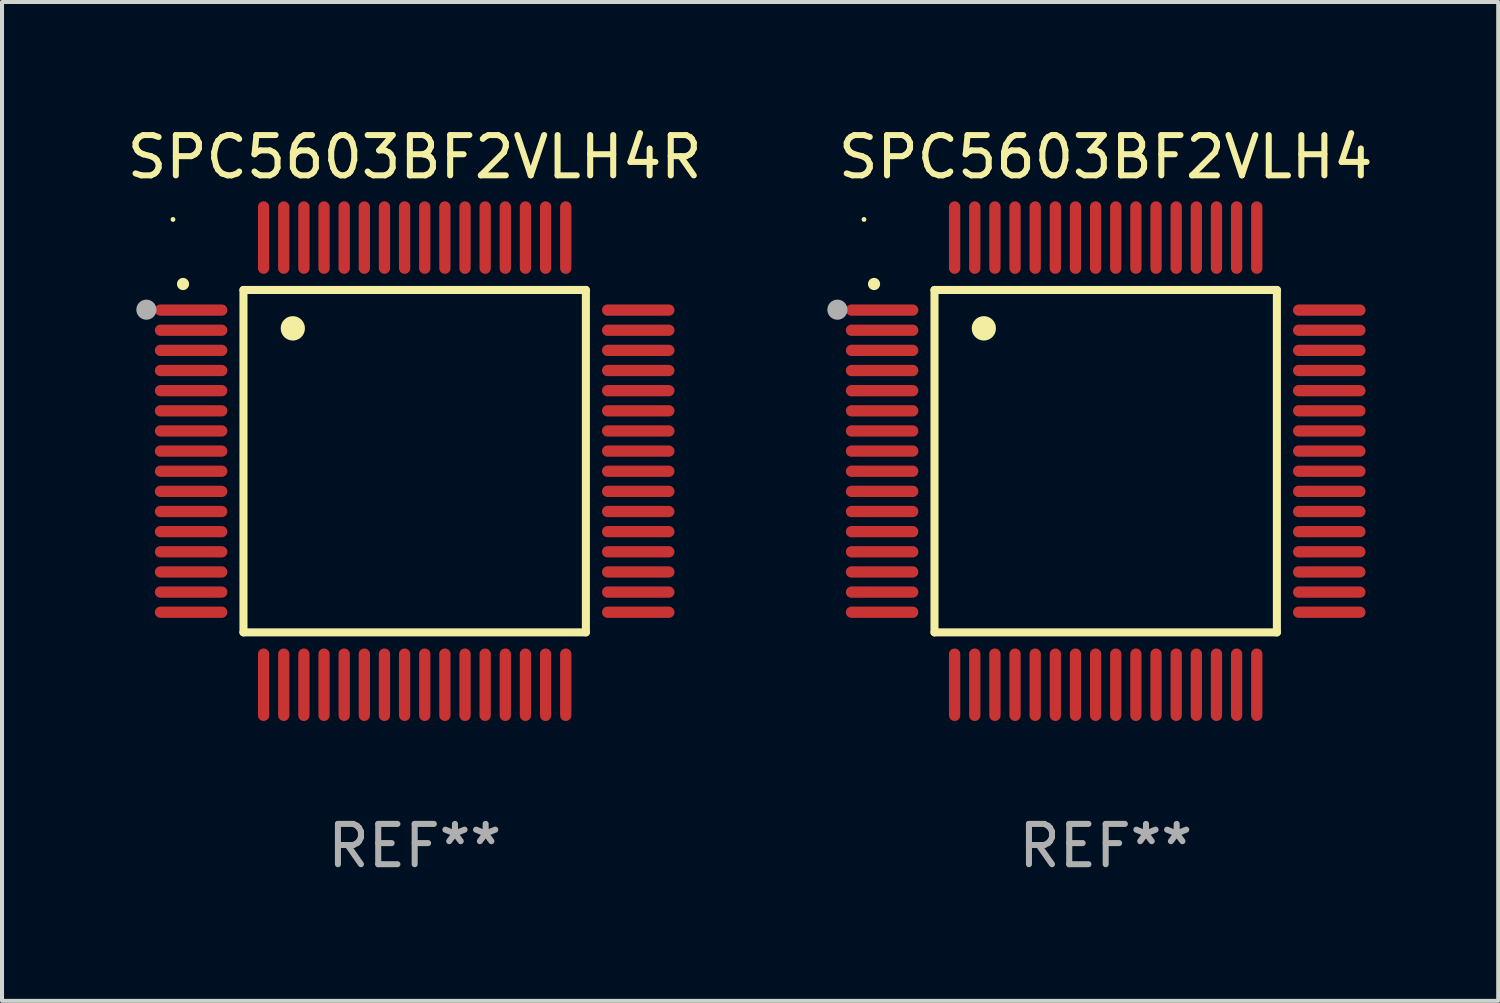
<source format=kicad_pcb>
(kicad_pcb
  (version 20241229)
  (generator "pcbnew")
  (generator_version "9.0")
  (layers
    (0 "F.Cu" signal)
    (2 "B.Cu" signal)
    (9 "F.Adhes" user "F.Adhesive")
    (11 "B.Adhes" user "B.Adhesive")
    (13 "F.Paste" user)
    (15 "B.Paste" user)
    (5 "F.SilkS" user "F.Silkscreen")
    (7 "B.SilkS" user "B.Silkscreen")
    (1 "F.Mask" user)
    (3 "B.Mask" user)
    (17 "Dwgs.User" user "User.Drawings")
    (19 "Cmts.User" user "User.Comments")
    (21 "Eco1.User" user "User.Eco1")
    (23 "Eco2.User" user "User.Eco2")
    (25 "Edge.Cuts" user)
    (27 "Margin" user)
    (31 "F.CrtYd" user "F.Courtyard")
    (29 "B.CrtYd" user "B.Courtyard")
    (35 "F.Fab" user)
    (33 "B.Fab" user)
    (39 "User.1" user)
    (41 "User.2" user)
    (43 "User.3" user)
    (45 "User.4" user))
  (footprint "SPC5603BF2VLH4R"
    (layer "F.Cu")
    (at 7.244 8.398)
    (property "Reference" "SPC5603BF2VLH4R" (at 0 -7.55 0) (layer "F.SilkS") (effects (font (size 1 1) (thickness 0.15))))
    (attr through_hole)
    (fp_line (start -4.25 -4.25) (end -4.25 4.25) (stroke (width 0.2) (type solid)) (layer "F.SilkS"))
    (fp_line (start -4.25 4.25) (end 4.25 4.25) (stroke (width 0.2) (type solid)) (layer "F.SilkS"))
    (fp_line (start 4.25 -4.25) (end -4.25 -4.25) (stroke (width 0.2) (type solid)) (layer "F.SilkS"))
    (fp_line (start 4.25 4.25) (end 4.25 -4.25) (stroke (width 0.2) (type solid)) (layer "F.SilkS"))
    (fp_arc (start -5.750572 -4.396749) (mid -5.750577 -4.398019) (end -5.750572 -4.399289) (stroke (width 0.3) (type solid)) (layer "F.SilkS"))
    (fp_arc (start -3.025146 -3.294387) (mid -3.025157 -3.296927) (end -3.025146 -3.299467) (stroke (width 0.6) (type solid)) (layer "F.SilkS"))
    (fp_circle (center -6 -6) (end -5.97 -6) (stroke (width 0.06) (type solid)) (fill no) (layer "F.SilkS"))
    (fp_circle (center -6.66 -3.76) (end -6.535 -3.76) (stroke (width 0.25) (type solid)) (fill no) (layer "F.Fab"))
    (fp_text user "REF**" (at 0 9.55 0) (layer "F.Fab") (effects (font (size 1 1) (thickness 0.15))))
    (pad "1" smd oval (at -5.55 -3.75) (size 1.8 0.28) (layers "F.Cu" "F.Mask" "F.Paste"))
    (pad "2" smd oval (at -5.55 -3.25) (size 1.8 0.28) (layers "F.Cu" "F.Mask" "F.Paste"))
    (pad "3" smd oval (at -5.55 -2.75) (size 1.8 0.28) (layers "F.Cu" "F.Mask" "F.Paste"))
    (pad "4" smd oval (at -5.55 -2.25) (size 1.8 0.28) (layers "F.Cu" "F.Mask" "F.Paste"))
    (pad "5" smd oval (at -5.55 -1.75) (size 1.8 0.28) (layers "F.Cu" "F.Mask" "F.Paste"))
    (pad "6" smd oval (at -5.55 -1.25) (size 1.8 0.28) (layers "F.Cu" "F.Mask" "F.Paste"))
    (pad "7" smd oval (at -5.55 -0.75) (size 1.8 0.28) (layers "F.Cu" "F.Mask" "F.Paste"))
    (pad "8" smd oval (at -5.55 -0.25) (size 1.8 0.28) (layers "F.Cu" "F.Mask" "F.Paste"))
    (pad "9" smd oval (at -5.55 0.25) (size 1.8 0.28) (layers "F.Cu" "F.Mask" "F.Paste"))
    (pad "10" smd oval (at -5.55 0.75) (size 1.8 0.28) (layers "F.Cu" "F.Mask" "F.Paste"))
    (pad "11" smd oval (at -5.55 1.25) (size 1.8 0.28) (layers "F.Cu" "F.Mask" "F.Paste"))
    (pad "12" smd oval (at -5.55 1.75) (size 1.8 0.28) (layers "F.Cu" "F.Mask" "F.Paste"))
    (pad "13" smd oval (at -5.55 2.25) (size 1.8 0.28) (layers "F.Cu" "F.Mask" "F.Paste"))
    (pad "14" smd oval (at -5.55 2.75) (size 1.8 0.28) (layers "F.Cu" "F.Mask" "F.Paste"))
    (pad "15" smd oval (at -5.55 3.25) (size 1.8 0.28) (layers "F.Cu" "F.Mask" "F.Paste"))
    (pad "16" smd oval (at -5.55 3.75) (size 1.8 0.28) (layers "F.Cu" "F.Mask" "F.Paste"))
    (pad "17" smd oval (at -3.75 5.55) (size 0.28 1.8) (layers "F.Cu" "F.Mask" "F.Paste"))
    (pad "18" smd oval (at -3.25 5.55) (size 0.28 1.8) (layers "F.Cu" "F.Mask" "F.Paste"))
    (pad "19" smd oval (at -2.75 5.55) (size 0.28 1.8) (layers "F.Cu" "F.Mask" "F.Paste"))
    (pad "20" smd oval (at -2.25 5.55) (size 0.28 1.8) (layers "F.Cu" "F.Mask" "F.Paste"))
    (pad "21" smd oval (at -1.75 5.55) (size 0.28 1.8) (layers "F.Cu" "F.Mask" "F.Paste"))
    (pad "22" smd oval (at -1.25 5.55) (size 0.28 1.8) (layers "F.Cu" "F.Mask" "F.Paste"))
    (pad "23" smd oval (at -0.75 5.55) (size 0.28 1.8) (layers "F.Cu" "F.Mask" "F.Paste"))
    (pad "24" smd oval (at -0.25 5.55) (size 0.28 1.8) (layers "F.Cu" "F.Mask" "F.Paste"))
    (pad "25" smd oval (at 0.25 5.55) (size 0.28 1.8) (layers "F.Cu" "F.Mask" "F.Paste"))
    (pad "26" smd oval (at 0.75 5.55) (size 0.28 1.8) (layers "F.Cu" "F.Mask" "F.Paste"))
    (pad "27" smd oval (at 1.25 5.55) (size 0.28 1.8) (layers "F.Cu" "F.Mask" "F.Paste"))
    (pad "28" smd oval (at 1.75 5.55) (size 0.28 1.8) (layers "F.Cu" "F.Mask" "F.Paste"))
    (pad "29" smd oval (at 2.25 5.55) (size 0.28 1.8) (layers "F.Cu" "F.Mask" "F.Paste"))
    (pad "30" smd oval (at 2.75 5.55) (size 0.28 1.8) (layers "F.Cu" "F.Mask" "F.Paste"))
    (pad "31" smd oval (at 3.25 5.55) (size 0.28 1.8) (layers "F.Cu" "F.Mask" "F.Paste"))
    (pad "32" smd oval (at 3.75 5.55) (size 0.28 1.8) (layers "F.Cu" "F.Mask" "F.Paste"))
    (pad "33" smd oval (at 5.55 3.75) (size 1.8 0.28) (layers "F.Cu" "F.Mask" "F.Paste"))
    (pad "34" smd oval (at 5.55 3.25) (size 1.8 0.28) (layers "F.Cu" "F.Mask" "F.Paste"))
    (pad "35" smd oval (at 5.55 2.75) (size 1.8 0.28) (layers "F.Cu" "F.Mask" "F.Paste"))
    (pad "36" smd oval (at 5.55 2.25) (size 1.8 0.28) (layers "F.Cu" "F.Mask" "F.Paste"))
    (pad "37" smd oval (at 5.55 1.75) (size 1.8 0.28) (layers "F.Cu" "F.Mask" "F.Paste"))
    (pad "38" smd oval (at 5.55 1.25) (size 1.8 0.28) (layers "F.Cu" "F.Mask" "F.Paste"))
    (pad "39" smd oval (at 5.55 0.75) (size 1.8 0.28) (layers "F.Cu" "F.Mask" "F.Paste"))
    (pad "40" smd oval (at 5.55 0.25) (size 1.8 0.28) (layers "F.Cu" "F.Mask" "F.Paste"))
    (pad "41" smd oval (at 5.55 -0.25) (size 1.8 0.28) (layers "F.Cu" "F.Mask" "F.Paste"))
    (pad "42" smd oval (at 5.55 -0.75) (size 1.8 0.28) (layers "F.Cu" "F.Mask" "F.Paste"))
    (pad "43" smd oval (at 5.55 -1.25) (size 1.8 0.28) (layers "F.Cu" "F.Mask" "F.Paste"))
    (pad "44" smd oval (at 5.55 -1.75) (size 1.8 0.28) (layers "F.Cu" "F.Mask" "F.Paste"))
    (pad "45" smd oval (at 5.55 -2.25) (size 1.8 0.28) (layers "F.Cu" "F.Mask" "F.Paste"))
    (pad "46" smd oval (at 5.55 -2.75) (size 1.8 0.28) (layers "F.Cu" "F.Mask" "F.Paste"))
    (pad "47" smd oval (at 5.55 -3.25) (size 1.8 0.28) (layers "F.Cu" "F.Mask" "F.Paste"))
    (pad "48" smd oval (at 5.55 -3.75) (size 1.8 0.28) (layers "F.Cu" "F.Mask" "F.Paste"))
    (pad "49" smd oval (at 3.75 -5.55) (size 0.28 1.8) (layers "F.Cu" "F.Mask" "F.Paste"))
    (pad "50" smd oval (at 3.25 -5.55) (size 0.28 1.8) (layers "F.Cu" "F.Mask" "F.Paste"))
    (pad "51" smd oval (at 2.75 -5.55) (size 0.28 1.8) (layers "F.Cu" "F.Mask" "F.Paste"))
    (pad "52" smd oval (at 2.25 -5.55) (size 0.28 1.8) (layers "F.Cu" "F.Mask" "F.Paste"))
    (pad "53" smd oval (at 1.75 -5.55) (size 0.28 1.8) (layers "F.Cu" "F.Mask" "F.Paste"))
    (pad "54" smd oval (at 1.25 -5.55) (size 0.28 1.8) (layers "F.Cu" "F.Mask" "F.Paste"))
    (pad "55" smd oval (at 0.75 -5.55) (size 0.28 1.8) (layers "F.Cu" "F.Mask" "F.Paste"))
    (pad "56" smd oval (at 0.25 -5.55) (size 0.28 1.8) (layers "F.Cu" "F.Mask" "F.Paste"))
    (pad "57" smd oval (at -0.25 -5.55) (size 0.28 1.8) (layers "F.Cu" "F.Mask" "F.Paste"))
    (pad "58" smd oval (at -0.75 -5.55) (size 0.28 1.8) (layers "F.Cu" "F.Mask" "F.Paste"))
    (pad "59" smd oval (at -1.25 -5.55) (size 0.28 1.8) (layers "F.Cu" "F.Mask" "F.Paste"))
    (pad "60" smd oval (at -1.75 -5.55) (size 0.28 1.8) (layers "F.Cu" "F.Mask" "F.Paste"))
    (pad "61" smd oval (at -2.25 -5.55) (size 0.28 1.8) (layers "F.Cu" "F.Mask" "F.Paste"))
    (pad "62" smd oval (at -2.75 -5.55) (size 0.28 1.8) (layers "F.Cu" "F.Mask" "F.Paste"))
    (pad "63" smd oval (at -3.25 -5.55) (size 0.28 1.8) (layers "F.Cu" "F.Mask" "F.Paste"))
    (pad "64" smd oval (at -3.75 -5.55) (size 0.28 1.8) (layers "F.Cu" "F.Mask" "F.Paste")))
  (footprint "SPC5603BF2VLH4"
    (layer "F.Cu")
    (at 24.398 8.398)
    (property "Reference" "SPC5603BF2VLH4" (at 0 -7.55 0) (layer "F.SilkS") (effects (font (size 1 1) (thickness 0.15))))
    (attr through_hole)
    (fp_line (start -4.25 -4.25) (end -4.25 4.25) (stroke (width 0.2) (type solid)) (layer "F.SilkS"))
    (fp_line (start -4.25 4.25) (end 4.25 4.25) (stroke (width 0.2) (type solid)) (layer "F.SilkS"))
    (fp_line (start 4.25 -4.25) (end -4.25 -4.25) (stroke (width 0.2) (type solid)) (layer "F.SilkS"))
    (fp_line (start 4.25 4.25) (end 4.25 -4.25) (stroke (width 0.2) (type solid)) (layer "F.SilkS"))
    (fp_arc (start -5.750572 -4.396749) (mid -5.750577 -4.398019) (end -5.750572 -4.399289) (stroke (width 0.3) (type solid)) (layer "F.SilkS"))
    (fp_arc (start -3.025146 -3.294387) (mid -3.025157 -3.296927) (end -3.025146 -3.299467) (stroke (width 0.6) (type solid)) (layer "F.SilkS"))
    (fp_circle (center -6 -6) (end -5.97 -6) (stroke (width 0.06) (type solid)) (fill no) (layer "F.SilkS"))
    (fp_circle (center -6.66 -3.76) (end -6.535 -3.76) (stroke (width 0.25) (type solid)) (fill no) (layer "F.Fab"))
    (fp_text user "REF**" (at 0 9.55 0) (layer "F.Fab") (effects (font (size 1 1) (thickness 0.15))))
    (pad "1" smd oval (at -5.55 -3.75) (size 1.8 0.28) (layers "F.Cu" "F.Mask" "F.Paste"))
    (pad "2" smd oval (at -5.55 -3.25) (size 1.8 0.28) (layers "F.Cu" "F.Mask" "F.Paste"))
    (pad "3" smd oval (at -5.55 -2.75) (size 1.8 0.28) (layers "F.Cu" "F.Mask" "F.Paste"))
    (pad "4" smd oval (at -5.55 -2.25) (size 1.8 0.28) (layers "F.Cu" "F.Mask" "F.Paste"))
    (pad "5" smd oval (at -5.55 -1.75) (size 1.8 0.28) (layers "F.Cu" "F.Mask" "F.Paste"))
    (pad "6" smd oval (at -5.55 -1.25) (size 1.8 0.28) (layers "F.Cu" "F.Mask" "F.Paste"))
    (pad "7" smd oval (at -5.55 -0.75) (size 1.8 0.28) (layers "F.Cu" "F.Mask" "F.Paste"))
    (pad "8" smd oval (at -5.55 -0.25) (size 1.8 0.28) (layers "F.Cu" "F.Mask" "F.Paste"))
    (pad "9" smd oval (at -5.55 0.25) (size 1.8 0.28) (layers "F.Cu" "F.Mask" "F.Paste"))
    (pad "10" smd oval (at -5.55 0.75) (size 1.8 0.28) (layers "F.Cu" "F.Mask" "F.Paste"))
    (pad "11" smd oval (at -5.55 1.25) (size 1.8 0.28) (layers "F.Cu" "F.Mask" "F.Paste"))
    (pad "12" smd oval (at -5.55 1.75) (size 1.8 0.28) (layers "F.Cu" "F.Mask" "F.Paste"))
    (pad "13" smd oval (at -5.55 2.25) (size 1.8 0.28) (layers "F.Cu" "F.Mask" "F.Paste"))
    (pad "14" smd oval (at -5.55 2.75) (size 1.8 0.28) (layers "F.Cu" "F.Mask" "F.Paste"))
    (pad "15" smd oval (at -5.55 3.25) (size 1.8 0.28) (layers "F.Cu" "F.Mask" "F.Paste"))
    (pad "16" smd oval (at -5.55 3.75) (size 1.8 0.28) (layers "F.Cu" "F.Mask" "F.Paste"))
    (pad "17" smd oval (at -3.75 5.55) (size 0.28 1.8) (layers "F.Cu" "F.Mask" "F.Paste"))
    (pad "18" smd oval (at -3.25 5.55) (size 0.28 1.8) (layers "F.Cu" "F.Mask" "F.Paste"))
    (pad "19" smd oval (at -2.75 5.55) (size 0.28 1.8) (layers "F.Cu" "F.Mask" "F.Paste"))
    (pad "20" smd oval (at -2.25 5.55) (size 0.28 1.8) (layers "F.Cu" "F.Mask" "F.Paste"))
    (pad "21" smd oval (at -1.75 5.55) (size 0.28 1.8) (layers "F.Cu" "F.Mask" "F.Paste"))
    (pad "22" smd oval (at -1.25 5.55) (size 0.28 1.8) (layers "F.Cu" "F.Mask" "F.Paste"))
    (pad "23" smd oval (at -0.75 5.55) (size 0.28 1.8) (layers "F.Cu" "F.Mask" "F.Paste"))
    (pad "24" smd oval (at -0.25 5.55) (size 0.28 1.8) (layers "F.Cu" "F.Mask" "F.Paste"))
    (pad "25" smd oval (at 0.25 5.55) (size 0.28 1.8) (layers "F.Cu" "F.Mask" "F.Paste"))
    (pad "26" smd oval (at 0.75 5.55) (size 0.28 1.8) (layers "F.Cu" "F.Mask" "F.Paste"))
    (pad "27" smd oval (at 1.25 5.55) (size 0.28 1.8) (layers "F.Cu" "F.Mask" "F.Paste"))
    (pad "28" smd oval (at 1.75 5.55) (size 0.28 1.8) (layers "F.Cu" "F.Mask" "F.Paste"))
    (pad "29" smd oval (at 2.25 5.55) (size 0.28 1.8) (layers "F.Cu" "F.Mask" "F.Paste"))
    (pad "30" smd oval (at 2.75 5.55) (size 0.28 1.8) (layers "F.Cu" "F.Mask" "F.Paste"))
    (pad "31" smd oval (at 3.25 5.55) (size 0.28 1.8) (layers "F.Cu" "F.Mask" "F.Paste"))
    (pad "32" smd oval (at 3.75 5.55) (size 0.28 1.8) (layers "F.Cu" "F.Mask" "F.Paste"))
    (pad "33" smd oval (at 5.55 3.75) (size 1.8 0.28) (layers "F.Cu" "F.Mask" "F.Paste"))
    (pad "34" smd oval (at 5.55 3.25) (size 1.8 0.28) (layers "F.Cu" "F.Mask" "F.Paste"))
    (pad "35" smd oval (at 5.55 2.75) (size 1.8 0.28) (layers "F.Cu" "F.Mask" "F.Paste"))
    (pad "36" smd oval (at 5.55 2.25) (size 1.8 0.28) (layers "F.Cu" "F.Mask" "F.Paste"))
    (pad "37" smd oval (at 5.55 1.75) (size 1.8 0.28) (layers "F.Cu" "F.Mask" "F.Paste"))
    (pad "38" smd oval (at 5.55 1.25) (size 1.8 0.28) (layers "F.Cu" "F.Mask" "F.Paste"))
    (pad "39" smd oval (at 5.55 0.75) (size 1.8 0.28) (layers "F.Cu" "F.Mask" "F.Paste"))
    (pad "40" smd oval (at 5.55 0.25) (size 1.8 0.28) (layers "F.Cu" "F.Mask" "F.Paste"))
    (pad "41" smd oval (at 5.55 -0.25) (size 1.8 0.28) (layers "F.Cu" "F.Mask" "F.Paste"))
    (pad "42" smd oval (at 5.55 -0.75) (size 1.8 0.28) (layers "F.Cu" "F.Mask" "F.Paste"))
    (pad "43" smd oval (at 5.55 -1.25) (size 1.8 0.28) (layers "F.Cu" "F.Mask" "F.Paste"))
    (pad "44" smd oval (at 5.55 -1.75) (size 1.8 0.28) (layers "F.Cu" "F.Mask" "F.Paste"))
    (pad "45" smd oval (at 5.55 -2.25) (size 1.8 0.28) (layers "F.Cu" "F.Mask" "F.Paste"))
    (pad "46" smd oval (at 5.55 -2.75) (size 1.8 0.28) (layers "F.Cu" "F.Mask" "F.Paste"))
    (pad "47" smd oval (at 5.55 -3.25) (size 1.8 0.28) (layers "F.Cu" "F.Mask" "F.Paste"))
    (pad "48" smd oval (at 5.55 -3.75) (size 1.8 0.28) (layers "F.Cu" "F.Mask" "F.Paste"))
    (pad "49" smd oval (at 3.75 -5.55) (size 0.28 1.8) (layers "F.Cu" "F.Mask" "F.Paste"))
    (pad "50" smd oval (at 3.25 -5.55) (size 0.28 1.8) (layers "F.Cu" "F.Mask" "F.Paste"))
    (pad "51" smd oval (at 2.75 -5.55) (size 0.28 1.8) (layers "F.Cu" "F.Mask" "F.Paste"))
    (pad "52" smd oval (at 2.25 -5.55) (size 0.28 1.8) (layers "F.Cu" "F.Mask" "F.Paste"))
    (pad "53" smd oval (at 1.75 -5.55) (size 0.28 1.8) (layers "F.Cu" "F.Mask" "F.Paste"))
    (pad "54" smd oval (at 1.25 -5.55) (size 0.28 1.8) (layers "F.Cu" "F.Mask" "F.Paste"))
    (pad "55" smd oval (at 0.75 -5.55) (size 0.28 1.8) (layers "F.Cu" "F.Mask" "F.Paste"))
    (pad "56" smd oval (at 0.25 -5.55) (size 0.28 1.8) (layers "F.Cu" "F.Mask" "F.Paste"))
    (pad "57" smd oval (at -0.25 -5.55) (size 0.28 1.8) (layers "F.Cu" "F.Mask" "F.Paste"))
    (pad "58" smd oval (at -0.75 -5.55) (size 0.28 1.8) (layers "F.Cu" "F.Mask" "F.Paste"))
    (pad "59" smd oval (at -1.25 -5.55) (size 0.28 1.8) (layers "F.Cu" "F.Mask" "F.Paste"))
    (pad "60" smd oval (at -1.75 -5.55) (size 0.28 1.8) (layers "F.Cu" "F.Mask" "F.Paste"))
    (pad "61" smd oval (at -2.25 -5.55) (size 0.28 1.8) (layers "F.Cu" "F.Mask" "F.Paste"))
    (pad "62" smd oval (at -2.75 -5.55) (size 0.28 1.8) (layers "F.Cu" "F.Mask" "F.Paste"))
    (pad "63" smd oval (at -3.25 -5.55) (size 0.28 1.8) (layers "F.Cu" "F.Mask" "F.Paste"))
    (pad "64" smd oval (at -3.75 -5.55) (size 0.28 1.8) (layers "F.Cu" "F.Mask" "F.Paste")))
  (gr_rect
    (start -3 -3)
    (end 34.142 21.796)
    (stroke (width 0.1) (type default))
    (fill no)
    (layer "Edge.Cuts")))
</source>
